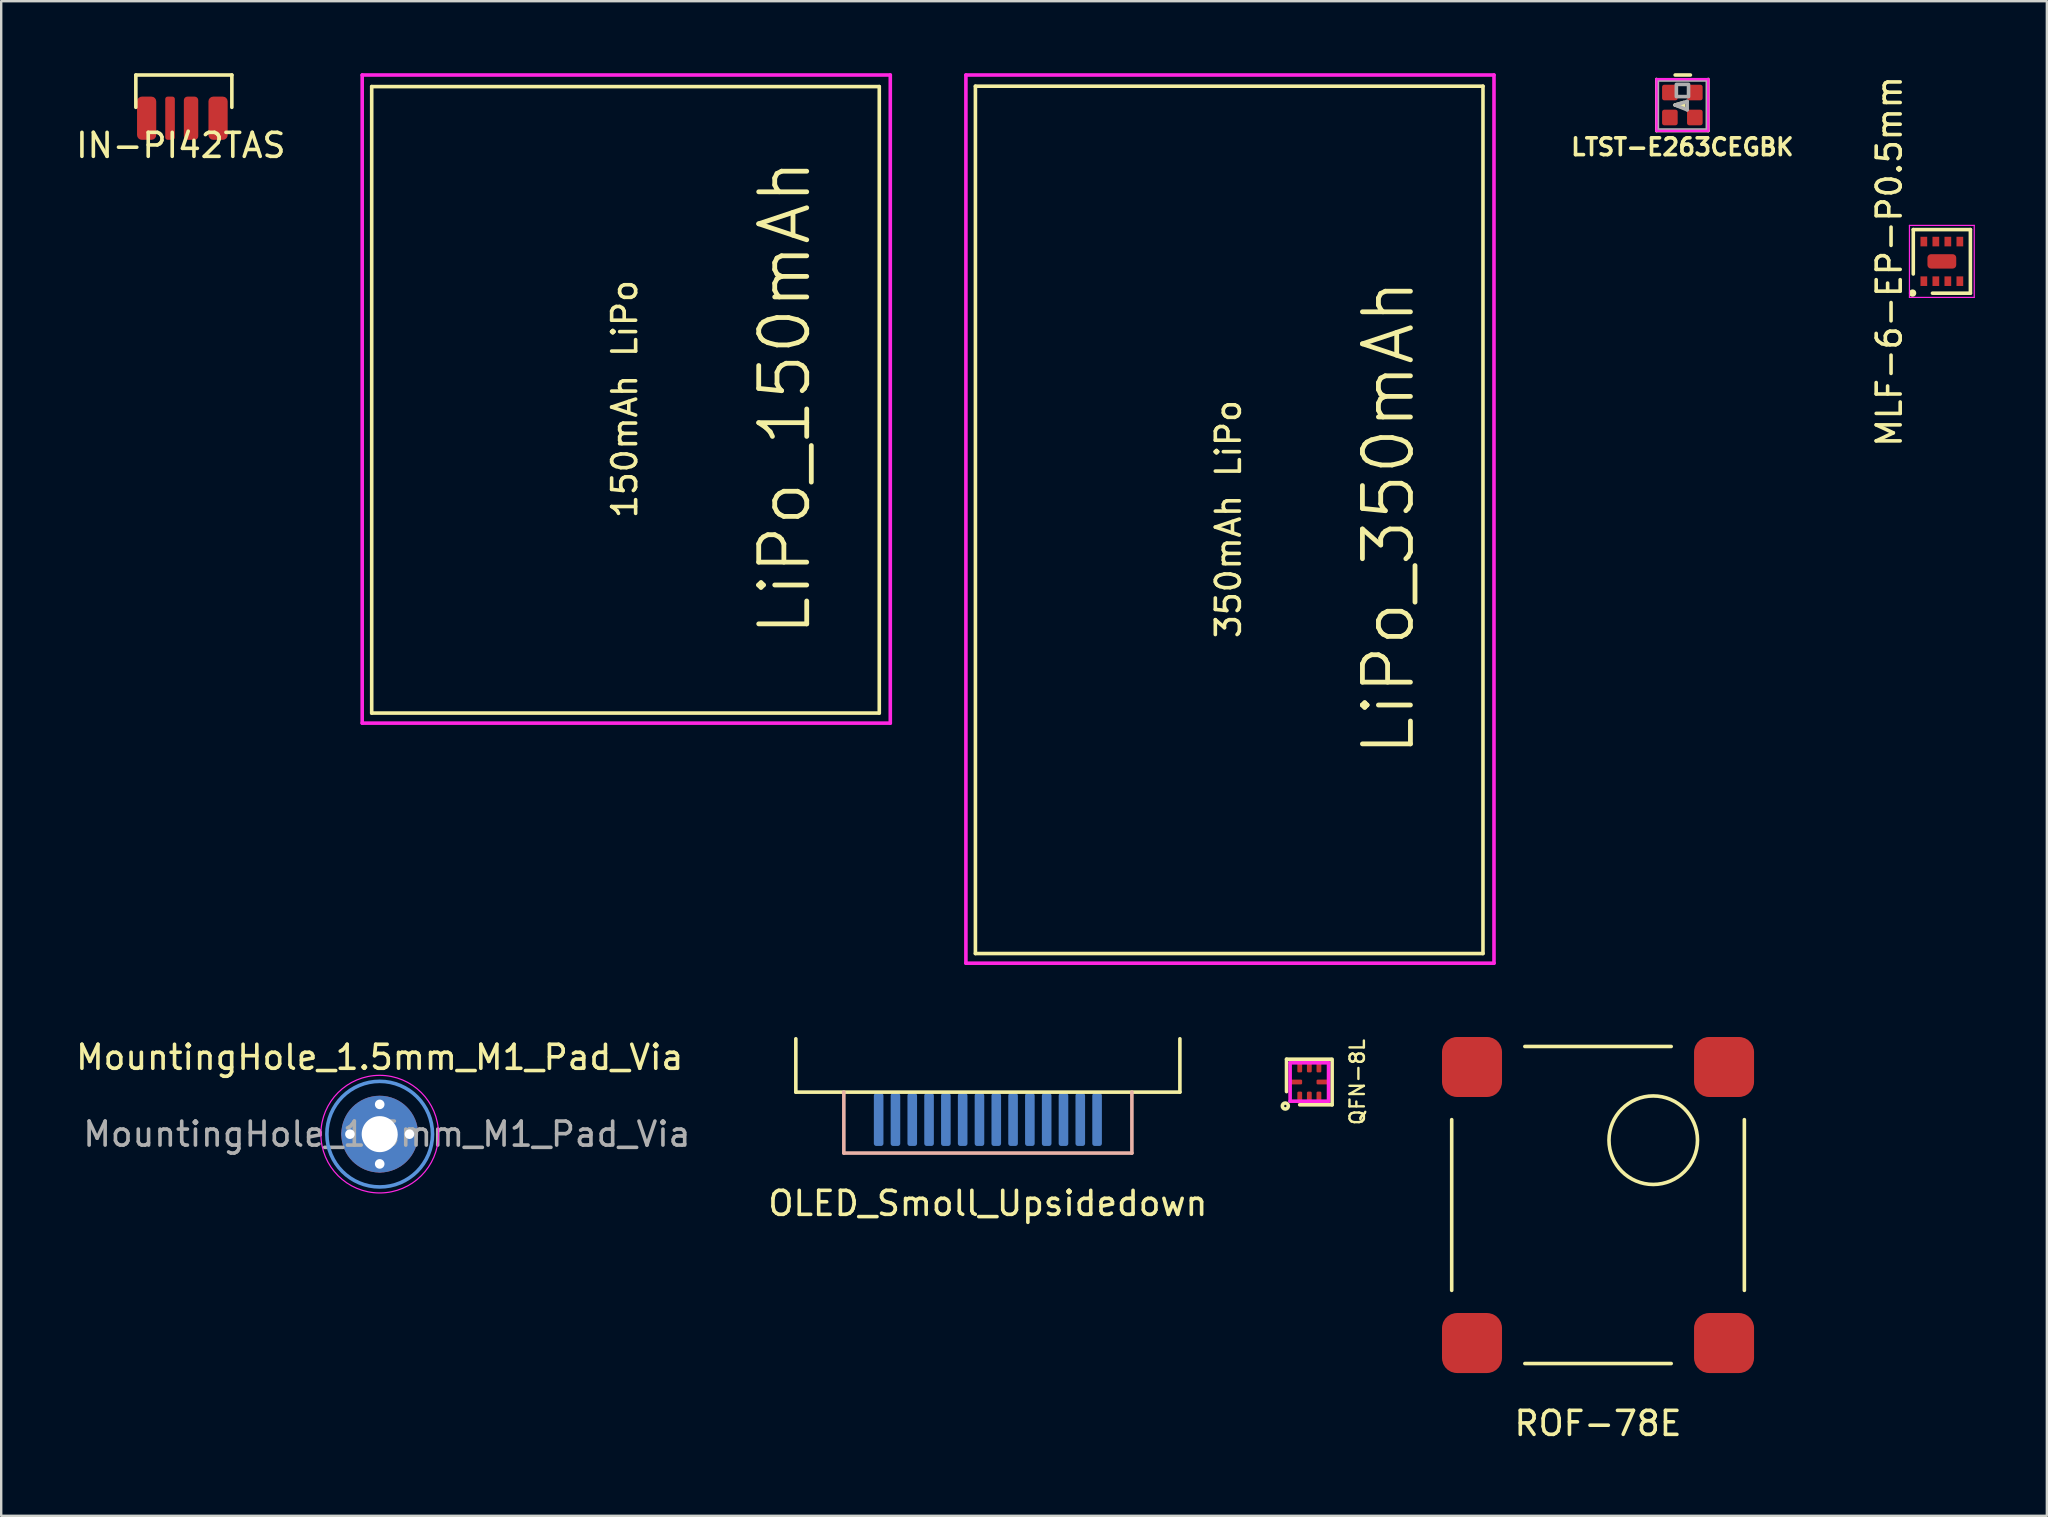
<source format=kicad_pcb>
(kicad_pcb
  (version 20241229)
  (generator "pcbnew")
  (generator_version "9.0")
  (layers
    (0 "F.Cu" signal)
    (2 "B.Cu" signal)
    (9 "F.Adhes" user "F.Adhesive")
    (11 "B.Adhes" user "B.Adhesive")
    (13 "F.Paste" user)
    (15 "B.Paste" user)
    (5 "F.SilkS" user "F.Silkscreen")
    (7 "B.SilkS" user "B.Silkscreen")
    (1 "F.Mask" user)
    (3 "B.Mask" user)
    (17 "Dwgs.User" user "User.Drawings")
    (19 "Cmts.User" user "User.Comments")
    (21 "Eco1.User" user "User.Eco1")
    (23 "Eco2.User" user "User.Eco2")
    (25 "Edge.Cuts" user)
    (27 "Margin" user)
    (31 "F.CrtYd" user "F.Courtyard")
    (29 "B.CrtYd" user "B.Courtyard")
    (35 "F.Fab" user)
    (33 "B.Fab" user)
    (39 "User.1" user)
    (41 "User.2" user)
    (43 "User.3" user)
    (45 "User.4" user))
  (footprint "MountingHole_1.5mm_M1_Pad_Via"
    (layer "F.Cu")
    (at 12.768 44.198)
    (property "Reference" "MountingHole_1.5mm_M1_Pad_Via" (at 0 -3.2 0) (layer "F.SilkS") (effects (font (size 1 1) (thickness 0.15))))
    (attr exclude_from_pos_files exclude_from_bom)
    (fp_circle (center 0 0) (end 2.2 0) (stroke (width 0.15) (type solid)) (fill no) (layer "Cmts.User"))
    (fp_circle (center 0 0) (end 2.45 0) (stroke (width 0.05) (type solid)) (fill no) (layer "F.CrtYd"))
    (fp_text user "${REFERENCE}" (at 0.3 0 0) (layer "F.Fab") (effects (font (size 1 1) (thickness 0.15))))
    (pad "1" thru_hole circle (at -1.24 0) (size 0.7 0.7) (drill 0.4) (layers "*.Cu" "*.Mask"))
    (pad "1" thru_hole circle (at 0 -1.24) (size 0.7 0.7) (drill 0.4) (layers "*.Cu" "*.Mask"))
    (pad "1" thru_hole circle (at 0 0) (size 3.2 3.2) (drill 1.5) (layers "*.Cu" "*.Mask"))
    (pad "1" thru_hole circle (at 0 1.24) (size 0.7 0.7) (drill 0.4) (layers "*.Cu" "*.Mask"))
    (pad "1" thru_hole circle (at 1.24 0) (size 0.7 0.7) (drill 0.4) (layers "*.Cu" "*.Mask")))
  (footprint "QFN-8L"
    (layer "F.Cu")
    (at 51.496 42.026)
    (property "Reference" "QFN-8L" (at 2 0 90) (layer "F.SilkS") (effects (font (size 0.6 0.6) (thickness 0.1))))
    (attr smd)
    (fp_line (start -0.95 -0.95) (end -0.95 0.4) (stroke (width 0.15) (type solid)) (layer "F.SilkS"))
    (fp_line (start -0.95 -0.95) (end 0.9 -0.95) (stroke (width 0.15) (type solid)) (layer "F.SilkS"))
    (fp_line (start 0.95 -0.95) (end 0.95 0.95) (stroke (width 0.15) (type solid)) (layer "F.SilkS"))
    (fp_line (start 0.95 0.95) (end -0.4 0.95) (stroke (width 0.15) (type solid)) (layer "F.SilkS"))
    (fp_circle (center -1 1) (end -0.95 1) (stroke (width 0.15) (type solid)) (fill no) (layer "F.SilkS"))
    (fp_line (start -0.8 -0.8) (end 0.8 -0.8) (stroke (width 0.15) (type solid)) (layer "F.CrtYd"))
    (fp_line (start -0.8 0.8) (end -0.8 -0.8) (stroke (width 0.15) (type solid)) (layer "F.CrtYd"))
    (fp_line (start 0.8 -0.8) (end 0.8 0.8) (stroke (width 0.15) (type solid)) (layer "F.CrtYd"))
    (fp_line (start 0.8 0.8) (end -0.8 0.8) (stroke (width 0.15) (type solid)) (layer "F.CrtYd"))
    (pad "1" smd roundrect (at -0.4 0.65) (size 0.2 0.5) (layers "F.Cu" "F.Mask" "F.Paste") (roundrect_rratio 0.25))
    (pad "2" smd roundrect (at 0 0.65) (size 0.2 0.5) (layers "F.Cu" "F.Mask" "F.Paste") (roundrect_rratio 0.25))
    (pad "3" smd roundrect (at 0.4 0.65) (size 0.2 0.5) (layers "F.Cu" "F.Mask" "F.Paste") (roundrect_rratio 0.25))
    (pad "4" smd roundrect (at 0.55 0 90) (size 0.2 0.5) (layers "F.Cu" "F.Mask" "F.Paste") (roundrect_rratio 0.25))
    (pad "5" smd roundrect (at 0.4 -0.65) (size 0.2 0.5) (layers "F.Cu" "F.Mask" "F.Paste") (roundrect_rratio 0.25))
    (pad "6" smd roundrect (at 0 -0.65) (size 0.2 0.5) (layers "F.Cu" "F.Mask" "F.Paste") (roundrect_rratio 0.25))
    (pad "7" smd roundrect (at -0.4 -0.65) (size 0.2 0.5) (layers "F.Cu" "F.Mask" "F.Paste") (roundrect_rratio 0.25))
    (pad "8" smd roundrect (at -0.55 0 90) (size 0.2 0.5) (layers "F.Cu" "F.Mask" "F.Paste") (roundrect_rratio 0.25)))
  (footprint "MLF-6-EP-P0.5mm"
    (layer "F.Cu")
    (at 77.846 7.839)
    (property "Reference" "MLF-6-EP-P0.5mm" (at -2.19 0 90) (layer "F.SilkS") (effects (font (size 1 1) (thickness 0.15))))
    (attr smd)
    (fp_line (start -1.19 -1.325) (end 1.19 -1.325) (stroke (width 0.15) (type solid)) (layer "F.SilkS"))
    (fp_line (start -1.19 0.525) (end -1.19 -1.325) (stroke (width 0.15) (type solid)) (layer "F.SilkS"))
    (fp_line (start 1.19 -1.325) (end 1.19 1.325) (stroke (width 0.15) (type solid)) (layer "F.SilkS"))
    (fp_line (start 1.19 1.325) (end -0.39 1.325) (stroke (width 0.15) (type solid)) (layer "F.SilkS"))
    (fp_circle (center -1.219 1.321) (end -1.143 1.346) (stroke (width 0.15) (type solid)) (fill no) (layer "F.SilkS"))
    (fp_line (start -1.35 -1.5) (end 1.35 -1.5) (stroke (width 0.05) (type solid)) (layer "F.CrtYd"))
    (fp_line (start -1.35 1.5) (end -1.35 -1.5) (stroke (width 0.05) (type solid)) (layer "F.CrtYd"))
    (fp_line (start 1.35 -1.5) (end 1.35 1.5) (stroke (width 0.05) (type solid)) (layer "F.CrtYd"))
    (fp_line (start 1.35 1.5) (end -1.35 1.5) (stroke (width 0.05) (type solid)) (layer "F.CrtYd"))
    (pad "1" smd rect (at -0.75 0.825) (size 0.28 0.4) (layers "F.Cu" "F.Mask" "F.Paste"))
    (pad "2" smd rect (at -0.25 0.825) (size 0.28 0.4) (layers "F.Cu" "F.Mask" "F.Paste"))
    (pad "3" smd rect (at 0.25 0.825) (size 0.28 0.4) (layers "F.Cu" "F.Mask" "F.Paste"))
    (pad "4" smd rect (at 0.75 0.825) (size 0.28 0.4) (layers "F.Cu" "F.Mask" "F.Paste"))
    (pad "5" smd rect (at 0.75 -0.825) (size 0.28 0.4) (layers "F.Cu" "F.Mask" "F.Paste"))
    (pad "6" smd rect (at 0.25 -0.825) (size 0.28 0.4) (layers "F.Cu" "F.Mask" "F.Paste"))
    (pad "7" smd rect (at -0.25 -0.825) (size 0.28 0.4) (layers "F.Cu" "F.Mask" "F.Paste"))
    (pad "8" smd rect (at -0.75 -0.825) (size 0.28 0.4) (layers "F.Cu" "F.Mask" "F.Paste"))
    (pad "9" smd roundrect (at 0 0) (size 1.2 0.6) (layers "F.Cu" "F.Mask" "F.Paste") (roundrect_rratio 0.25)))
  (footprint "LiPo_150mAh"
    (layer "F.Cu")
    (at 23.039 13.575)
    (property "Reference" "LiPo_150mAh" (at 6.604 -0.064 90) (layer "F.SilkS") (effects (font (size 2 2) (thickness 0.2))))
    (attr through_hole)
    (fp_line (start -10.604 -13.018) (end -10.604 13.081) (stroke (width 0.15) (type solid)) (layer "F.SilkS"))
    (fp_line (start -10.604 13.081) (end 10.541 13.081) (stroke (width 0.15) (type solid)) (layer "F.SilkS"))
    (fp_line (start 10.541 -13.018) (end -10.604 -13.018) (stroke (width 0.15) (type solid)) (layer "F.SilkS"))
    (fp_line (start 10.541 13.081) (end 10.541 -13.018) (stroke (width 0.15) (type solid)) (layer "F.SilkS"))
    (fp_line (start -11 -13.5) (end 11 -13.5) (stroke (width 0.15) (type solid)) (layer "F.CrtYd"))
    (fp_line (start -11 13.5) (end -11 -13.5) (stroke (width 0.15) (type solid)) (layer "F.CrtYd"))
    (fp_line (start 11 -13.5) (end 11 13.5) (stroke (width 0.15) (type solid)) (layer "F.CrtYd"))
    (fp_line (start 11 13.5) (end -11 13.5) (stroke (width 0.15) (type solid)) (layer "F.CrtYd"))
    (fp_text user "150mAh LiPo" (at -0.064 0 90) (layer "F.SilkS") (effects (font (size 1 1) (thickness 0.15)))))
  (footprint "LiPo_350mAh"
    (layer "F.Cu")
    (at 48.189 18.575)
    (property "Reference" "LiPo_350mAh" (at 6.604 -0.064 90) (layer "F.SilkS") (effects (font (size 2 2) (thickness 0.2))))
    (attr through_hole)
    (fp_line (start -10.604 -18.034) (end -10.604 18.098) (stroke (width 0.15) (type solid)) (layer "F.SilkS"))
    (fp_line (start -10.604 18.098) (end 10.541 18.098) (stroke (width 0.15) (type solid)) (layer "F.SilkS"))
    (fp_line (start 10.541 -18.034) (end -10.604 -18.034) (stroke (width 0.15) (type solid)) (layer "F.SilkS"))
    (fp_line (start 10.541 18.098) (end 10.541 -18.034) (stroke (width 0.15) (type solid)) (layer "F.SilkS"))
    (fp_line (start -11 -18.5) (end 11 -18.5) (stroke (width 0.15) (type solid)) (layer "F.CrtYd"))
    (fp_line (start -11 18.5) (end -11 -18.5) (stroke (width 0.15) (type solid)) (layer "F.CrtYd"))
    (fp_line (start 11 -18.5) (end 11 18.5) (stroke (width 0.15) (type solid)) (layer "F.CrtYd"))
    (fp_line (start 11 18.5) (end -11 18.5) (stroke (width 0.15) (type solid)) (layer "F.CrtYd"))
    (fp_text user "350mAh LiPo" (at -0.064 0 90) (layer "F.SilkS") (effects (font (size 1 1) (thickness 0.15)))))
  (footprint "IN-PI42TAS"
    (layer "F.Cu")
    (at 4.609 1.675)
    (property "Reference" "IN-PI42TAS" (at -0.127 1.333 0) (layer "F.SilkS") (effects (font (size 1 1) (thickness 0.15))))
    (attr through_hole)
    (fp_line (start -2 -1.6) (end 2 -1.6) (stroke (width 0.15) (type solid)) (layer "F.SilkS"))
    (fp_line (start -2 -0.254) (end -2 -1.6) (stroke (width 0.15) (type solid)) (layer "F.SilkS"))
    (fp_line (start 2 -1.6) (end 2 -0.254) (stroke (width 0.15) (type solid)) (layer "F.SilkS"))
    (pad "1" smd roundrect (at 0.3 0.2) (size 0.6 1.8) (layers "F.Cu" "F.Mask" "F.Paste") (roundrect_rratio 0.25))
    (pad "2" smd roundrect (at -0.575 0.2) (size 0.4 1.8) (layers "F.Cu" "F.Mask" "F.Paste") (roundrect_rratio 0.25))
    (pad "3" smd roundrect (at -1.55 0.2) (size 0.8 1.8) (layers "F.Cu" "F.Mask" "F.Paste") (roundrect_rratio 0.25))
    (pad "4" smd roundrect (at 1.425 0.2) (size 0.8 1.8) (layers "F.Cu" "F.Mask" "F.Paste") (roundrect_rratio 0.25)))
  (footprint "ROF-78E"
    (layer "F.Cu")
    (at 63.523 47.15)
    (property "Reference" "ROF-78E" (at 0 9.1 0) (layer "F.SilkS") (effects (font (size 1 1) (thickness 0.15))))
    (attr through_hole)
    (fp_line (start -6.096 3.556) (end -6.096 -3.556) (stroke (width 0.15) (type solid)) (layer "F.SilkS"))
    (fp_line (start -3.048 -6.604) (end 3.048 -6.604) (stroke (width 0.15) (type solid)) (layer "F.SilkS"))
    (fp_line (start 3.048 6.604) (end -3.048 6.604) (stroke (width 0.15) (type solid)) (layer "F.SilkS"))
    (fp_line (start 6.096 -3.556) (end 6.096 3.556) (stroke (width 0.15) (type solid)) (layer "F.SilkS"))
    (fp_circle (center 2.3 -2.7) (end 3.7 -1.5) (stroke (width 0.15) (type solid)) (fill no) (layer "F.SilkS"))
    (pad "1" smd roundrect (at -5.25 -5.75) (size 2.5 2.5) (layers "F.Cu" "F.Mask" "F.Paste") (roundrect_rratio 0.25))
    (pad "2" smd roundrect (at 5.25 -5.75) (size 2.5 2.5) (layers "F.Cu" "F.Mask" "F.Paste") (roundrect_rratio 0.25))
    (pad "3" smd roundrect (at 5.25 5.75) (size 2.5 2.5) (layers "F.Cu" "F.Mask" "F.Paste") (roundrect_rratio 0.25))
    (pad "4" smd roundrect (at -5.25 5.75) (size 2.5 2.5) (layers "F.Cu" "F.Mask" "F.Paste") (roundrect_rratio 0.25)))
  (footprint "LTST-E263CEGBK"
    (layer "F.Cu")
    (at 67.036 1.325)
    (property "Reference" "LTST-E263CEGBK" (at 0 1.75 0) (layer "F.SilkS") (effects (font (size 0.7 0.7) (thickness 0.15))))
    (attr through_hole)
    (fp_line (start -1.079 1.079) (end -1.079 -1.079) (stroke (width 0.12) (type solid)) (layer "F.SilkS"))
    (fp_line (start -0.3 -1.25) (end 0.335 -1.25) (stroke (width 0.15) (type solid)) (layer "F.SilkS"))
    (fp_line (start -0.3 0) (end 0.05 -0.1) (stroke (width 0.15) (type solid)) (layer "F.SilkS"))
    (fp_line (start 0.05 -0.1) (end 0.05 0.1) (stroke (width 0.15) (type solid)) (layer "F.SilkS"))
    (fp_line (start 0.05 0.1) (end -0.3 0) (stroke (width 0.15) (type solid)) (layer "F.SilkS"))
    (fp_line (start 1.079 -1.079) (end 1.079 1.079) (stroke (width 0.12) (type solid)) (layer "F.SilkS"))
    (fp_line (start 1.079 1.079) (end -1.079 1.079) (stroke (width 0.12) (type solid)) (layer "F.SilkS"))
    (fp_line (start -1.079 -1.079) (end 1.079 -1.079) (stroke (width 0.1) (type solid)) (layer "F.CrtYd"))
    (fp_line (start -1.079 1.079) (end -1.079 -1.079) (stroke (width 0.1) (type solid)) (layer "F.CrtYd"))
    (fp_line (start 1.079 -1.079) (end 1.079 1.079) (stroke (width 0.1) (type solid)) (layer "F.CrtYd"))
    (fp_line (start 1.079 1.079) (end -1.079 1.079) (stroke (width 0.1) (type solid)) (layer "F.CrtYd"))
    (fp_line (start -1.016 -1.016) (end 1.016 -1.016) (stroke (width 0.1) (type solid)) (layer "F.Fab"))
    (fp_line (start -1.016 1.016) (end -1.016 -1.016) (stroke (width 0.1) (type solid)) (layer "F.Fab"))
    (fp_line (start -0.3 0) (end 0.2 -0.15) (stroke (width 0.15) (type solid)) (layer "F.Fab"))
    (fp_line (start 0.2 -0.15) (end 0.2 0.2) (stroke (width 0.15) (type solid)) (layer "F.Fab"))
    (fp_line (start 0.2 0.2) (end -0.3 0) (stroke (width 0.15) (type solid)) (layer "F.Fab"))
    (fp_line (start 1.016 -1.016) (end 1.016 1.016) (stroke (width 0.1) (type solid)) (layer "F.Fab"))
    (fp_line (start 1.016 1.016) (end -1.016 1.016) (stroke (width 0.1) (type solid)) (layer "F.Fab"))
    (fp_poly (pts (xy -0.25 -0.858) (xy -0.25 -0.35) (xy 0.258 -0.35) (xy 0.258 -0.858)) (stroke (width 0.15) (type solid)) (fill no) (layer "F.Fab"))
    (pad "1" smd roundrect (at -0.52 0.52) (size 0.65 0.65) (layers "F.Cu" "F.Mask" "F.Paste") (roundrect_rratio 0.14))
    (pad "2" smd roundrect (at 0.52 -0.52) (size 0.65 0.65) (layers "F.Cu" "F.Mask" "F.Paste") (roundrect_rratio 0.14))
    (pad "3" smd roundrect (at 0.52 0.52) (size 0.65 0.65) (layers "F.Cu" "F.Mask" "F.Paste") (roundrect_rratio 0.14))
    (pad "4" smd roundrect (at -0.52 -0.52) (size 0.65 0.65) (layers "F.Cu" "F.Mask" "F.Paste") (roundrect_rratio 0.14)))
  (footprint "OLED_Smoll_Upsidedown"
    (layer "F.Cu")
    (at 38.104 43.59)
    (property "Reference" "OLED_Smoll_Upsidedown" (at 0 3.493 0) (layer "F.SilkS") (effects (font (size 1 1) (thickness 0.15))))
    (attr through_hole)
    (fp_line (start -8 -1.143) (end -8 -3.365) (stroke (width 0.15) (type solid)) (layer "F.SilkS"))
    (fp_line (start 8 -1.143) (end -8 -1.143) (stroke (width 0.15) (type solid)) (layer "F.SilkS"))
    (fp_line (start 8 -1.143) (end 8 -3.365) (stroke (width 0.15) (type solid)) (layer "F.SilkS"))
    (fp_line (start -6 1.397) (end -6 -1.143) (stroke (width 0.15) (type solid)) (layer "B.SilkS"))
    (fp_line (start -6 1.397) (end 6 1.397) (stroke (width 0.15) (type solid)) (layer "B.SilkS"))
    (fp_line (start 6 1.397) (end 6 -1.143) (stroke (width 0.15) (type solid)) (layer "B.SilkS"))
    (pad "1" smd roundrect (at 4.55 0) (size 0.4 2.2) (layers "B.Cu" "B.Mask") (roundrect_rratio 0.25))
    (pad "2" smd roundrect (at 3.85 0) (size 0.4 2.2) (layers "B.Cu" "B.Mask") (roundrect_rratio 0.25))
    (pad "3" smd roundrect (at 3.15 0) (size 0.4 2.2) (layers "B.Cu" "B.Mask") (roundrect_rratio 0.25))
    (pad "4" smd roundrect (at 2.45 0) (size 0.4 2.2) (layers "B.Cu" "B.Mask") (roundrect_rratio 0.25))
    (pad "5" smd roundrect (at 1.75 0) (size 0.4 2.2) (layers "B.Cu" "B.Mask") (roundrect_rratio 0.25))
    (pad "6" smd roundrect (at 1.05 0) (size 0.4 2.2) (layers "B.Cu" "B.Mask") (roundrect_rratio 0.25))
    (pad "7" smd roundrect (at 0.35 0) (size 0.4 2.2) (layers "B.Cu" "B.Mask") (roundrect_rratio 0.25))
    (pad "8" smd roundrect (at -0.35 0) (size 0.4 2.2) (layers "B.Cu" "B.Mask") (roundrect_rratio 0.25))
    (pad "9" smd roundrect (at -1.05 0) (size 0.4 2.2) (layers "B.Cu" "B.Mask") (roundrect_rratio 0.25))
    (pad "10" smd roundrect (at -1.75 0) (size 0.4 2.2) (layers "B.Cu" "B.Mask") (roundrect_rratio 0.25))
    (pad "11" smd roundrect (at -2.45 0) (size 0.4 2.2) (layers "B.Cu" "B.Mask") (roundrect_rratio 0.25))
    (pad "12" smd roundrect (at -3.15 0) (size 0.4 2.2) (layers "B.Cu" "B.Mask") (roundrect_rratio 0.25))
    (pad "13" smd roundrect (at -3.85 0) (size 0.4 2.2) (layers "B.Cu" "B.Mask") (roundrect_rratio 0.25))
    (pad "14" smd roundrect (at -4.55 0) (size 0.4 2.2) (layers "B.Cu" "B.Mask") (roundrect_rratio 0.25)))
  (gr_rect
    (start -3 -3)
    (end 82.221 60.098)
    (stroke (width 0.1) (type default))
    (fill no)
    (layer "Edge.Cuts")))
</source>
